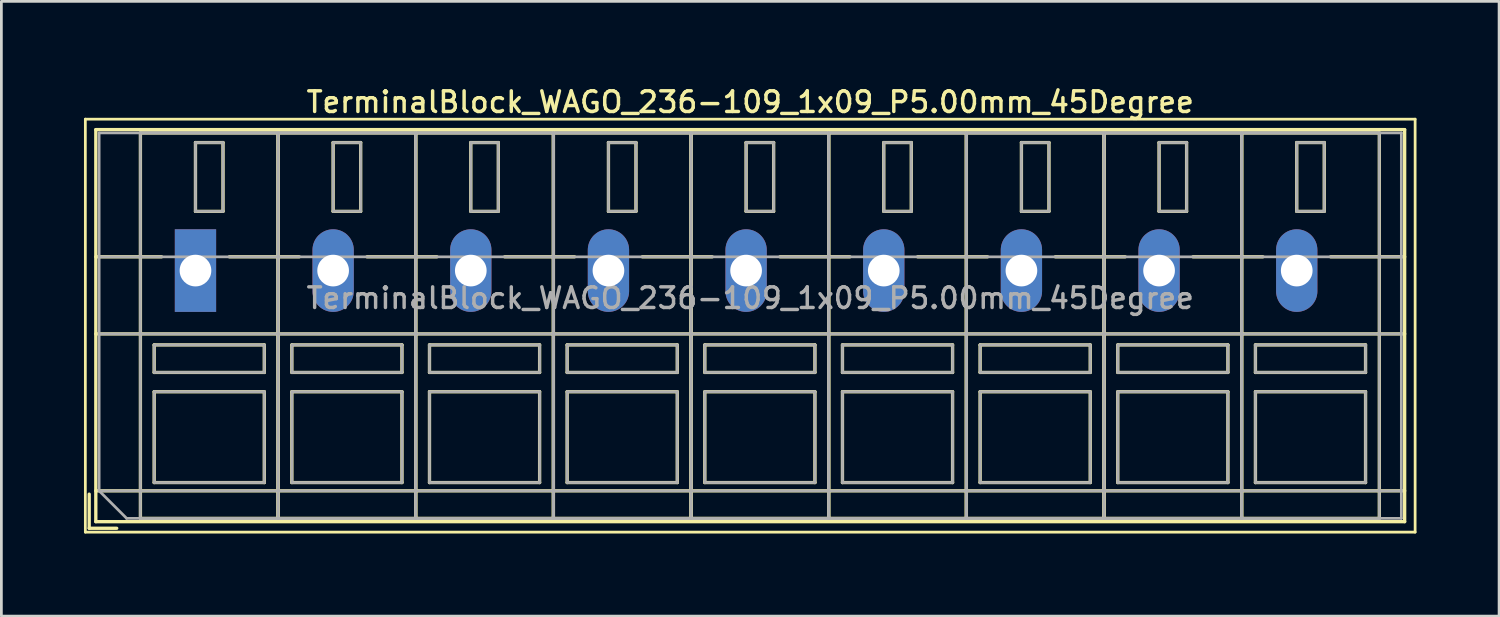
<source format=kicad_pcb>
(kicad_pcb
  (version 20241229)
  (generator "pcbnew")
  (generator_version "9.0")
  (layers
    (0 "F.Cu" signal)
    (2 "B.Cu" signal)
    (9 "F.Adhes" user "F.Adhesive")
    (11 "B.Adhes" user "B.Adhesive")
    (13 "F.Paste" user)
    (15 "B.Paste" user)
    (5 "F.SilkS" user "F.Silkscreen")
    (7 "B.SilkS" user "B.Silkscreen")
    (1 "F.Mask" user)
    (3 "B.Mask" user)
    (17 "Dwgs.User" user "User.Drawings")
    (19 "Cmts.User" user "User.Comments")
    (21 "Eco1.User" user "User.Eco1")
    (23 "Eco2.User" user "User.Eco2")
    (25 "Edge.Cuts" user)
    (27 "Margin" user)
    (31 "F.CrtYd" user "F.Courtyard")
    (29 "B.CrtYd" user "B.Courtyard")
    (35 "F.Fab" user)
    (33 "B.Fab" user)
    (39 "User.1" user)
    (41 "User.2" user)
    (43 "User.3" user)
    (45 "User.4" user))
  (footprint "TerminalBlock_WAGO_236-109_1x09_P5.00mm_45Degree"
    (layer "F.Cu")
    (at 4.05 6.778)
    (property "Reference" "TerminalBlock_WAGO_236-109_1x09_P5.00mm_45Degree" (at 20.15 -6.12 0) (layer "F.SilkS") (effects (font (size 0.75 0.75) (thickness 0.125))))
    (attr through_hole)
    (fp_line (start -4 -5.5) (end -4 9.5) (stroke (width 0.1) (type solid)) (layer "F.SilkS"))
    (fp_line (start -4 9.5) (end 44.3 9.5) (stroke (width 0.1) (type solid)) (layer "F.SilkS"))
    (fp_line (start -3.86 8.12) (end -3.86 9.36) (stroke (width 0.12) (type solid)) (layer "F.SilkS"))
    (fp_line (start -3.86 9.36) (end -2.86 9.36) (stroke (width 0.12) (type solid)) (layer "F.SilkS"))
    (fp_line (start -3.62 -5.12) (end -3.62 9.12) (stroke (width 0.12) (type solid)) (layer "F.SilkS"))
    (fp_line (start -3.62 -5.12) (end 43.92 -5.12) (stroke (width 0.12) (type solid)) (layer "F.SilkS"))
    (fp_line (start -3.62 -0.5) (end -1.23 -0.5) (stroke (width 0.12) (type solid)) (layer "F.SilkS"))
    (fp_line (start -3.62 2.3) (end 43.92 2.3) (stroke (width 0.12) (type solid)) (layer "F.SilkS"))
    (fp_line (start -3.62 8) (end 43.92 8) (stroke (width 0.12) (type solid)) (layer "F.SilkS"))
    (fp_line (start -3.62 9.12) (end 43.92 9.12) (stroke (width 0.12) (type solid)) (layer "F.SilkS"))
    (fp_line (start -2 -5) (end -2 9) (stroke (width 0.12) (type solid)) (layer "F.SilkS"))
    (fp_line (start -2 -5) (end 3 -5) (stroke (width 0.12) (type solid)) (layer "F.SilkS"))
    (fp_line (start -2 9) (end 3 9) (stroke (width 0.12) (type solid)) (layer "F.SilkS"))
    (fp_line (start -1.5 2.7) (end -1.5 3.7) (stroke (width 0.12) (type solid)) (layer "F.SilkS"))
    (fp_line (start -1.5 2.7) (end 2.5 2.7) (stroke (width 0.12) (type solid)) (layer "F.SilkS"))
    (fp_line (start -1.5 3.7) (end 2.5 3.7) (stroke (width 0.12) (type solid)) (layer "F.SilkS"))
    (fp_line (start -1.5 4.4) (end -1.5 7.7) (stroke (width 0.12) (type solid)) (layer "F.SilkS"))
    (fp_line (start -1.5 4.4) (end 2.5 4.4) (stroke (width 0.12) (type solid)) (layer "F.SilkS"))
    (fp_line (start -1.5 7.7) (end 2.5 7.7) (stroke (width 0.12) (type solid)) (layer "F.SilkS"))
    (fp_line (start 0 -4.65) (end 0 -2.151) (stroke (width 0.12) (type solid)) (layer "F.SilkS"))
    (fp_line (start 0 -4.65) (end 1 -4.65) (stroke (width 0.12) (type solid)) (layer "F.SilkS"))
    (fp_line (start 0 -2.151) (end 1 -2.151) (stroke (width 0.12) (type solid)) (layer "F.SilkS"))
    (fp_line (start 1 -4.65) (end 1 -2.151) (stroke (width 0.12) (type solid)) (layer "F.SilkS"))
    (fp_line (start 1.23 -0.5) (end 3.77 -0.5) (stroke (width 0.12) (type solid)) (layer "F.SilkS"))
    (fp_line (start 2.5 2.7) (end 2.5 3.7) (stroke (width 0.12) (type solid)) (layer "F.SilkS"))
    (fp_line (start 2.5 4.4) (end 2.5 7.7) (stroke (width 0.12) (type solid)) (layer "F.SilkS"))
    (fp_line (start 3 -5) (end 3 9) (stroke (width 0.12) (type solid)) (layer "F.SilkS"))
    (fp_line (start 3 -5) (end 3 9) (stroke (width 0.12) (type solid)) (layer "F.SilkS"))
    (fp_line (start 3 -5) (end 8 -5) (stroke (width 0.12) (type solid)) (layer "F.SilkS"))
    (fp_line (start 3 9) (end 8 9) (stroke (width 0.12) (type solid)) (layer "F.SilkS"))
    (fp_line (start 3.5 2.7) (end 3.5 3.7) (stroke (width 0.12) (type solid)) (layer "F.SilkS"))
    (fp_line (start 3.5 2.7) (end 7.5 2.7) (stroke (width 0.12) (type solid)) (layer "F.SilkS"))
    (fp_line (start 3.5 3.7) (end 7.5 3.7) (stroke (width 0.12) (type solid)) (layer "F.SilkS"))
    (fp_line (start 3.5 4.4) (end 3.5 7.7) (stroke (width 0.12) (type solid)) (layer "F.SilkS"))
    (fp_line (start 3.5 4.4) (end 7.5 4.4) (stroke (width 0.12) (type solid)) (layer "F.SilkS"))
    (fp_line (start 3.5 7.7) (end 7.5 7.7) (stroke (width 0.12) (type solid)) (layer "F.SilkS"))
    (fp_line (start 5 -4.65) (end 5 -2.151) (stroke (width 0.12) (type solid)) (layer "F.SilkS"))
    (fp_line (start 5 -4.65) (end 6 -4.65) (stroke (width 0.12) (type solid)) (layer "F.SilkS"))
    (fp_line (start 5 -2.151) (end 6 -2.151) (stroke (width 0.12) (type solid)) (layer "F.SilkS"))
    (fp_line (start 6 -4.65) (end 6 -2.151) (stroke (width 0.12) (type solid)) (layer "F.SilkS"))
    (fp_line (start 6.23 -0.5) (end 8.77 -0.5) (stroke (width 0.12) (type solid)) (layer "F.SilkS"))
    (fp_line (start 7.5 2.7) (end 7.5 3.7) (stroke (width 0.12) (type solid)) (layer "F.SilkS"))
    (fp_line (start 7.5 4.4) (end 7.5 7.7) (stroke (width 0.12) (type solid)) (layer "F.SilkS"))
    (fp_line (start 8 -5) (end 8 9) (stroke (width 0.12) (type solid)) (layer "F.SilkS"))
    (fp_line (start 8 -5) (end 8 9) (stroke (width 0.12) (type solid)) (layer "F.SilkS"))
    (fp_line (start 8 -5) (end 13 -5) (stroke (width 0.12) (type solid)) (layer "F.SilkS"))
    (fp_line (start 8 9) (end 13 9) (stroke (width 0.12) (type solid)) (layer "F.SilkS"))
    (fp_line (start 8.5 2.7) (end 8.5 3.7) (stroke (width 0.12) (type solid)) (layer "F.SilkS"))
    (fp_line (start 8.5 2.7) (end 12.5 2.7) (stroke (width 0.12) (type solid)) (layer "F.SilkS"))
    (fp_line (start 8.5 3.7) (end 12.5 3.7) (stroke (width 0.12) (type solid)) (layer "F.SilkS"))
    (fp_line (start 8.5 4.4) (end 8.5 7.7) (stroke (width 0.12) (type solid)) (layer "F.SilkS"))
    (fp_line (start 8.5 4.4) (end 12.5 4.4) (stroke (width 0.12) (type solid)) (layer "F.SilkS"))
    (fp_line (start 8.5 7.7) (end 12.5 7.7) (stroke (width 0.12) (type solid)) (layer "F.SilkS"))
    (fp_line (start 10 -4.65) (end 10 -2.151) (stroke (width 0.12) (type solid)) (layer "F.SilkS"))
    (fp_line (start 10 -4.65) (end 11 -4.65) (stroke (width 0.12) (type solid)) (layer "F.SilkS"))
    (fp_line (start 10 -2.151) (end 11 -2.151) (stroke (width 0.12) (type solid)) (layer "F.SilkS"))
    (fp_line (start 11 -4.65) (end 11 -2.151) (stroke (width 0.12) (type solid)) (layer "F.SilkS"))
    (fp_line (start 11.23 -0.5) (end 13.77 -0.5) (stroke (width 0.12) (type solid)) (layer "F.SilkS"))
    (fp_line (start 12.5 2.7) (end 12.5 3.7) (stroke (width 0.12) (type solid)) (layer "F.SilkS"))
    (fp_line (start 12.5 4.4) (end 12.5 7.7) (stroke (width 0.12) (type solid)) (layer "F.SilkS"))
    (fp_line (start 13 -5) (end 13 9) (stroke (width 0.12) (type solid)) (layer "F.SilkS"))
    (fp_line (start 13 -5) (end 13 9) (stroke (width 0.12) (type solid)) (layer "F.SilkS"))
    (fp_line (start 13 -5) (end 18 -5) (stroke (width 0.12) (type solid)) (layer "F.SilkS"))
    (fp_line (start 13 9) (end 18 9) (stroke (width 0.12) (type solid)) (layer "F.SilkS"))
    (fp_line (start 13.5 2.7) (end 13.5 3.7) (stroke (width 0.12) (type solid)) (layer "F.SilkS"))
    (fp_line (start 13.5 2.7) (end 17.5 2.7) (stroke (width 0.12) (type solid)) (layer "F.SilkS"))
    (fp_line (start 13.5 3.7) (end 17.5 3.7) (stroke (width 0.12) (type solid)) (layer "F.SilkS"))
    (fp_line (start 13.5 4.4) (end 13.5 7.7) (stroke (width 0.12) (type solid)) (layer "F.SilkS"))
    (fp_line (start 13.5 4.4) (end 17.5 4.4) (stroke (width 0.12) (type solid)) (layer "F.SilkS"))
    (fp_line (start 13.5 7.7) (end 17.5 7.7) (stroke (width 0.12) (type solid)) (layer "F.SilkS"))
    (fp_line (start 15 -4.65) (end 15 -2.151) (stroke (width 0.12) (type solid)) (layer "F.SilkS"))
    (fp_line (start 15 -4.65) (end 16 -4.65) (stroke (width 0.12) (type solid)) (layer "F.SilkS"))
    (fp_line (start 15 -2.151) (end 16 -2.151) (stroke (width 0.12) (type solid)) (layer "F.SilkS"))
    (fp_line (start 16 -4.65) (end 16 -2.151) (stroke (width 0.12) (type solid)) (layer "F.SilkS"))
    (fp_line (start 16.23 -0.5) (end 18.77 -0.5) (stroke (width 0.12) (type solid)) (layer "F.SilkS"))
    (fp_line (start 17.5 2.7) (end 17.5 3.7) (stroke (width 0.12) (type solid)) (layer "F.SilkS"))
    (fp_line (start 17.5 4.4) (end 17.5 7.7) (stroke (width 0.12) (type solid)) (layer "F.SilkS"))
    (fp_line (start 18 -5) (end 18 9) (stroke (width 0.12) (type solid)) (layer "F.SilkS"))
    (fp_line (start 18 -5) (end 18 9) (stroke (width 0.12) (type solid)) (layer "F.SilkS"))
    (fp_line (start 18 -5) (end 23 -5) (stroke (width 0.12) (type solid)) (layer "F.SilkS"))
    (fp_line (start 18 9) (end 23 9) (stroke (width 0.12) (type solid)) (layer "F.SilkS"))
    (fp_line (start 18.5 2.7) (end 18.5 3.7) (stroke (width 0.12) (type solid)) (layer "F.SilkS"))
    (fp_line (start 18.5 2.7) (end 22.5 2.7) (stroke (width 0.12) (type solid)) (layer "F.SilkS"))
    (fp_line (start 18.5 3.7) (end 22.5 3.7) (stroke (width 0.12) (type solid)) (layer "F.SilkS"))
    (fp_line (start 18.5 4.4) (end 18.5 7.7) (stroke (width 0.12) (type solid)) (layer "F.SilkS"))
    (fp_line (start 18.5 4.4) (end 22.5 4.4) (stroke (width 0.12) (type solid)) (layer "F.SilkS"))
    (fp_line (start 18.5 7.7) (end 22.5 7.7) (stroke (width 0.12) (type solid)) (layer "F.SilkS"))
    (fp_line (start 20 -4.65) (end 20 -2.151) (stroke (width 0.12) (type solid)) (layer "F.SilkS"))
    (fp_line (start 20 -4.65) (end 21 -4.65) (stroke (width 0.12) (type solid)) (layer "F.SilkS"))
    (fp_line (start 20 -2.151) (end 21 -2.151) (stroke (width 0.12) (type solid)) (layer "F.SilkS"))
    (fp_line (start 21 -4.65) (end 21 -2.151) (stroke (width 0.12) (type solid)) (layer "F.SilkS"))
    (fp_line (start 21.23 -0.5) (end 23.77 -0.5) (stroke (width 0.12) (type solid)) (layer "F.SilkS"))
    (fp_line (start 22.5 2.7) (end 22.5 3.7) (stroke (width 0.12) (type solid)) (layer "F.SilkS"))
    (fp_line (start 22.5 4.4) (end 22.5 7.7) (stroke (width 0.12) (type solid)) (layer "F.SilkS"))
    (fp_line (start 23 -5) (end 23 9) (stroke (width 0.12) (type solid)) (layer "F.SilkS"))
    (fp_line (start 23 -5) (end 23 9) (stroke (width 0.12) (type solid)) (layer "F.SilkS"))
    (fp_line (start 23 -5) (end 28 -5) (stroke (width 0.12) (type solid)) (layer "F.SilkS"))
    (fp_line (start 23 9) (end 28 9) (stroke (width 0.12) (type solid)) (layer "F.SilkS"))
    (fp_line (start 23.5 2.7) (end 23.5 3.7) (stroke (width 0.12) (type solid)) (layer "F.SilkS"))
    (fp_line (start 23.5 2.7) (end 27.5 2.7) (stroke (width 0.12) (type solid)) (layer "F.SilkS"))
    (fp_line (start 23.5 3.7) (end 27.5 3.7) (stroke (width 0.12) (type solid)) (layer "F.SilkS"))
    (fp_line (start 23.5 4.4) (end 23.5 7.7) (stroke (width 0.12) (type solid)) (layer "F.SilkS"))
    (fp_line (start 23.5 4.4) (end 27.5 4.4) (stroke (width 0.12) (type solid)) (layer "F.SilkS"))
    (fp_line (start 23.5 7.7) (end 27.5 7.7) (stroke (width 0.12) (type solid)) (layer "F.SilkS"))
    (fp_line (start 25 -4.65) (end 25 -2.151) (stroke (width 0.12) (type solid)) (layer "F.SilkS"))
    (fp_line (start 25 -4.65) (end 26 -4.65) (stroke (width 0.12) (type solid)) (layer "F.SilkS"))
    (fp_line (start 25 -2.151) (end 26 -2.151) (stroke (width 0.12) (type solid)) (layer "F.SilkS"))
    (fp_line (start 26 -4.65) (end 26 -2.151) (stroke (width 0.12) (type solid)) (layer "F.SilkS"))
    (fp_line (start 26.23 -0.5) (end 28.77 -0.5) (stroke (width 0.12) (type solid)) (layer "F.SilkS"))
    (fp_line (start 27.5 2.7) (end 27.5 3.7) (stroke (width 0.12) (type solid)) (layer "F.SilkS"))
    (fp_line (start 27.5 4.4) (end 27.5 7.7) (stroke (width 0.12) (type solid)) (layer "F.SilkS"))
    (fp_line (start 28 -5) (end 28 9) (stroke (width 0.12) (type solid)) (layer "F.SilkS"))
    (fp_line (start 28 -5) (end 28 9) (stroke (width 0.12) (type solid)) (layer "F.SilkS"))
    (fp_line (start 28 -5) (end 33 -5) (stroke (width 0.12) (type solid)) (layer "F.SilkS"))
    (fp_line (start 28 9) (end 33 9) (stroke (width 0.12) (type solid)) (layer "F.SilkS"))
    (fp_line (start 28.5 2.7) (end 28.5 3.7) (stroke (width 0.12) (type solid)) (layer "F.SilkS"))
    (fp_line (start 28.5 2.7) (end 32.5 2.7) (stroke (width 0.12) (type solid)) (layer "F.SilkS"))
    (fp_line (start 28.5 3.7) (end 32.5 3.7) (stroke (width 0.12) (type solid)) (layer "F.SilkS"))
    (fp_line (start 28.5 4.4) (end 28.5 7.7) (stroke (width 0.12) (type solid)) (layer "F.SilkS"))
    (fp_line (start 28.5 4.4) (end 32.5 4.4) (stroke (width 0.12) (type solid)) (layer "F.SilkS"))
    (fp_line (start 28.5 7.7) (end 32.5 7.7) (stroke (width 0.12) (type solid)) (layer "F.SilkS"))
    (fp_line (start 30 -4.65) (end 30 -2.151) (stroke (width 0.12) (type solid)) (layer "F.SilkS"))
    (fp_line (start 30 -4.65) (end 31 -4.65) (stroke (width 0.12) (type solid)) (layer "F.SilkS"))
    (fp_line (start 30 -2.151) (end 31 -2.151) (stroke (width 0.12) (type solid)) (layer "F.SilkS"))
    (fp_line (start 31 -4.65) (end 31 -2.151) (stroke (width 0.12) (type solid)) (layer "F.SilkS"))
    (fp_line (start 31.23 -0.5) (end 33.77 -0.5) (stroke (width 0.12) (type solid)) (layer "F.SilkS"))
    (fp_line (start 32.5 2.7) (end 32.5 3.7) (stroke (width 0.12) (type solid)) (layer "F.SilkS"))
    (fp_line (start 32.5 4.4) (end 32.5 7.7) (stroke (width 0.12) (type solid)) (layer "F.SilkS"))
    (fp_line (start 33 -5) (end 33 9) (stroke (width 0.12) (type solid)) (layer "F.SilkS"))
    (fp_line (start 33 -5) (end 33 9) (stroke (width 0.12) (type solid)) (layer "F.SilkS"))
    (fp_line (start 33 -5) (end 38 -5) (stroke (width 0.12) (type solid)) (layer "F.SilkS"))
    (fp_line (start 33 9) (end 38 9) (stroke (width 0.12) (type solid)) (layer "F.SilkS"))
    (fp_line (start 33.5 2.7) (end 33.5 3.7) (stroke (width 0.12) (type solid)) (layer "F.SilkS"))
    (fp_line (start 33.5 2.7) (end 37.5 2.7) (stroke (width 0.12) (type solid)) (layer "F.SilkS"))
    (fp_line (start 33.5 3.7) (end 37.5 3.7) (stroke (width 0.12) (type solid)) (layer "F.SilkS"))
    (fp_line (start 33.5 4.4) (end 33.5 7.7) (stroke (width 0.12) (type solid)) (layer "F.SilkS"))
    (fp_line (start 33.5 4.4) (end 37.5 4.4) (stroke (width 0.12) (type solid)) (layer "F.SilkS"))
    (fp_line (start 33.5 7.7) (end 37.5 7.7) (stroke (width 0.12) (type solid)) (layer "F.SilkS"))
    (fp_line (start 35 -4.65) (end 35 -2.151) (stroke (width 0.12) (type solid)) (layer "F.SilkS"))
    (fp_line (start 35 -4.65) (end 36 -4.65) (stroke (width 0.12) (type solid)) (layer "F.SilkS"))
    (fp_line (start 35 -2.151) (end 36 -2.151) (stroke (width 0.12) (type solid)) (layer "F.SilkS"))
    (fp_line (start 36 -4.65) (end 36 -2.151) (stroke (width 0.12) (type solid)) (layer "F.SilkS"))
    (fp_line (start 36.23 -0.5) (end 38.77 -0.5) (stroke (width 0.12) (type solid)) (layer "F.SilkS"))
    (fp_line (start 37.5 2.7) (end 37.5 3.7) (stroke (width 0.12) (type solid)) (layer "F.SilkS"))
    (fp_line (start 37.5 4.4) (end 37.5 7.7) (stroke (width 0.12) (type solid)) (layer "F.SilkS"))
    (fp_line (start 38 -5) (end 38 9) (stroke (width 0.12) (type solid)) (layer "F.SilkS"))
    (fp_line (start 38 -5) (end 38 9) (stroke (width 0.12) (type solid)) (layer "F.SilkS"))
    (fp_line (start 38 -5) (end 43 -5) (stroke (width 0.12) (type solid)) (layer "F.SilkS"))
    (fp_line (start 38 9) (end 43 9) (stroke (width 0.12) (type solid)) (layer "F.SilkS"))
    (fp_line (start 38.5 2.7) (end 38.5 3.7) (stroke (width 0.12) (type solid)) (layer "F.SilkS"))
    (fp_line (start 38.5 2.7) (end 42.5 2.7) (stroke (width 0.12) (type solid)) (layer "F.SilkS"))
    (fp_line (start 38.5 3.7) (end 42.5 3.7) (stroke (width 0.12) (type solid)) (layer "F.SilkS"))
    (fp_line (start 38.5 4.4) (end 38.5 7.7) (stroke (width 0.12) (type solid)) (layer "F.SilkS"))
    (fp_line (start 38.5 4.4) (end 42.5 4.4) (stroke (width 0.12) (type solid)) (layer "F.SilkS"))
    (fp_line (start 38.5 7.7) (end 42.5 7.7) (stroke (width 0.12) (type solid)) (layer "F.SilkS"))
    (fp_line (start 40 -4.65) (end 40 -2.151) (stroke (width 0.12) (type solid)) (layer "F.SilkS"))
    (fp_line (start 40 -4.65) (end 41 -4.65) (stroke (width 0.12) (type solid)) (layer "F.SilkS"))
    (fp_line (start 40 -2.151) (end 41 -2.151) (stroke (width 0.12) (type solid)) (layer "F.SilkS"))
    (fp_line (start 41 -4.65) (end 41 -2.151) (stroke (width 0.12) (type solid)) (layer "F.SilkS"))
    (fp_line (start 41.23 -0.5) (end 43.92 -0.5) (stroke (width 0.12) (type solid)) (layer "F.SilkS"))
    (fp_line (start 42.5 2.7) (end 42.5 3.7) (stroke (width 0.12) (type solid)) (layer "F.SilkS"))
    (fp_line (start 42.5 4.4) (end 42.5 7.7) (stroke (width 0.12) (type solid)) (layer "F.SilkS"))
    (fp_line (start 43 -5) (end 43 9) (stroke (width 0.12) (type solid)) (layer "F.SilkS"))
    (fp_line (start 43.92 -5.12) (end 43.92 9.12) (stroke (width 0.12) (type solid)) (layer "F.SilkS"))
    (fp_line (start 44.3 -5.5) (end -4 -5.5) (stroke (width 0.1) (type solid)) (layer "F.SilkS"))
    (fp_line (start 44.3 9.5) (end 44.3 -5.5) (stroke (width 0.1) (type solid)) (layer "F.SilkS"))
    (fp_line (start -3.5 -5) (end 43.8 -5) (stroke (width 0.1) (type solid)) (layer "F.Fab"))
    (fp_line (start -3.5 -0.5) (end 43.8 -0.5) (stroke (width 0.1) (type solid)) (layer "F.Fab"))
    (fp_line (start -3.5 2.3) (end 43.8 2.3) (stroke (width 0.1) (type solid)) (layer "F.Fab"))
    (fp_line (start -3.5 8) (end -3.5 -5) (stroke (width 0.1) (type solid)) (layer "F.Fab"))
    (fp_line (start -3.5 8) (end 43.8 8) (stroke (width 0.1) (type solid)) (layer "F.Fab"))
    (fp_line (start -2.5 9) (end -3.5 8) (stroke (width 0.1) (type solid)) (layer "F.Fab"))
    (fp_line (start -2 -5) (end -2 9) (stroke (width 0.1) (type solid)) (layer "F.Fab"))
    (fp_line (start -2 9) (end 3 9) (stroke (width 0.1) (type solid)) (layer "F.Fab"))
    (fp_line (start -1.5 2.7) (end -1.5 3.7) (stroke (width 0.1) (type solid)) (layer "F.Fab"))
    (fp_line (start -1.5 3.7) (end 2.5 3.7) (stroke (width 0.1) (type solid)) (layer "F.Fab"))
    (fp_line (start -1.5 4.4) (end -1.5 7.7) (stroke (width 0.1) (type solid)) (layer "F.Fab"))
    (fp_line (start -1.5 7.7) (end 2.5 7.7) (stroke (width 0.1) (type solid)) (layer "F.Fab"))
    (fp_line (start 0 -4.65) (end 0 -2.15) (stroke (width 0.1) (type solid)) (layer "F.Fab"))
    (fp_line (start 0 -2.15) (end 1 -2.15) (stroke (width 0.1) (type solid)) (layer "F.Fab"))
    (fp_line (start 1 -4.65) (end 0 -4.65) (stroke (width 0.1) (type solid)) (layer "F.Fab"))
    (fp_line (start 1 -2.15) (end 1 -4.65) (stroke (width 0.1) (type solid)) (layer "F.Fab"))
    (fp_line (start 2.5 2.7) (end -1.5 2.7) (stroke (width 0.1) (type solid)) (layer "F.Fab"))
    (fp_line (start 2.5 3.7) (end 2.5 2.7) (stroke (width 0.1) (type solid)) (layer "F.Fab"))
    (fp_line (start 2.5 4.4) (end -1.5 4.4) (stroke (width 0.1) (type solid)) (layer "F.Fab"))
    (fp_line (start 2.5 7.7) (end 2.5 4.4) (stroke (width 0.1) (type solid)) (layer "F.Fab"))
    (fp_line (start 3 -5) (end -2 -5) (stroke (width 0.1) (type solid)) (layer "F.Fab"))
    (fp_line (start 3 -5) (end 3 9) (stroke (width 0.1) (type solid)) (layer "F.Fab"))
    (fp_line (start 3 9) (end 3 -5) (stroke (width 0.1) (type solid)) (layer "F.Fab"))
    (fp_line (start 3 9) (end 8 9) (stroke (width 0.1) (type solid)) (layer "F.Fab"))
    (fp_line (start 3.5 2.7) (end 3.5 3.7) (stroke (width 0.1) (type solid)) (layer "F.Fab"))
    (fp_line (start 3.5 3.7) (end 7.5 3.7) (stroke (width 0.1) (type solid)) (layer "F.Fab"))
    (fp_line (start 3.5 4.4) (end 3.5 7.7) (stroke (width 0.1) (type solid)) (layer "F.Fab"))
    (fp_line (start 3.5 7.7) (end 7.5 7.7) (stroke (width 0.1) (type solid)) (layer "F.Fab"))
    (fp_line (start 5 -4.65) (end 5 -2.15) (stroke (width 0.1) (type solid)) (layer "F.Fab"))
    (fp_line (start 5 -2.15) (end 6 -2.15) (stroke (width 0.1) (type solid)) (layer "F.Fab"))
    (fp_line (start 6 -4.65) (end 5 -4.65) (stroke (width 0.1) (type solid)) (layer "F.Fab"))
    (fp_line (start 6 -2.15) (end 6 -4.65) (stroke (width 0.1) (type solid)) (layer "F.Fab"))
    (fp_line (start 7.5 2.7) (end 3.5 2.7) (stroke (width 0.1) (type solid)) (layer "F.Fab"))
    (fp_line (start 7.5 3.7) (end 7.5 2.7) (stroke (width 0.1) (type solid)) (layer "F.Fab"))
    (fp_line (start 7.5 4.4) (end 3.5 4.4) (stroke (width 0.1) (type solid)) (layer "F.Fab"))
    (fp_line (start 7.5 7.7) (end 7.5 4.4) (stroke (width 0.1) (type solid)) (layer "F.Fab"))
    (fp_line (start 8 -5) (end 3 -5) (stroke (width 0.1) (type solid)) (layer "F.Fab"))
    (fp_line (start 8 -5) (end 8 9) (stroke (width 0.1) (type solid)) (layer "F.Fab"))
    (fp_line (start 8 9) (end 8 -5) (stroke (width 0.1) (type solid)) (layer "F.Fab"))
    (fp_line (start 8 9) (end 13 9) (stroke (width 0.1) (type solid)) (layer "F.Fab"))
    (fp_line (start 8.5 2.7) (end 8.5 3.7) (stroke (width 0.1) (type solid)) (layer "F.Fab"))
    (fp_line (start 8.5 3.7) (end 12.5 3.7) (stroke (width 0.1) (type solid)) (layer "F.Fab"))
    (fp_line (start 8.5 4.4) (end 8.5 7.7) (stroke (width 0.1) (type solid)) (layer "F.Fab"))
    (fp_line (start 8.5 7.7) (end 12.5 7.7) (stroke (width 0.1) (type solid)) (layer "F.Fab"))
    (fp_line (start 10 -4.65) (end 10 -2.15) (stroke (width 0.1) (type solid)) (layer "F.Fab"))
    (fp_line (start 10 -2.15) (end 11 -2.15) (stroke (width 0.1) (type solid)) (layer "F.Fab"))
    (fp_line (start 11 -4.65) (end 10 -4.65) (stroke (width 0.1) (type solid)) (layer "F.Fab"))
    (fp_line (start 11 -2.15) (end 11 -4.65) (stroke (width 0.1) (type solid)) (layer "F.Fab"))
    (fp_line (start 12.5 2.7) (end 8.5 2.7) (stroke (width 0.1) (type solid)) (layer "F.Fab"))
    (fp_line (start 12.5 3.7) (end 12.5 2.7) (stroke (width 0.1) (type solid)) (layer "F.Fab"))
    (fp_line (start 12.5 4.4) (end 8.5 4.4) (stroke (width 0.1) (type solid)) (layer "F.Fab"))
    (fp_line (start 12.5 7.7) (end 12.5 4.4) (stroke (width 0.1) (type solid)) (layer "F.Fab"))
    (fp_line (start 13 -5) (end 8 -5) (stroke (width 0.1) (type solid)) (layer "F.Fab"))
    (fp_line (start 13 -5) (end 13 9) (stroke (width 0.1) (type solid)) (layer "F.Fab"))
    (fp_line (start 13 9) (end 13 -5) (stroke (width 0.1) (type solid)) (layer "F.Fab"))
    (fp_line (start 13 9) (end 18 9) (stroke (width 0.1) (type solid)) (layer "F.Fab"))
    (fp_line (start 13.5 2.7) (end 13.5 3.7) (stroke (width 0.1) (type solid)) (layer "F.Fab"))
    (fp_line (start 13.5 3.7) (end 17.5 3.7) (stroke (width 0.1) (type solid)) (layer "F.Fab"))
    (fp_line (start 13.5 4.4) (end 13.5 7.7) (stroke (width 0.1) (type solid)) (layer "F.Fab"))
    (fp_line (start 13.5 7.7) (end 17.5 7.7) (stroke (width 0.1) (type solid)) (layer "F.Fab"))
    (fp_line (start 15 -4.65) (end 15 -2.15) (stroke (width 0.1) (type solid)) (layer "F.Fab"))
    (fp_line (start 15 -2.15) (end 16 -2.15) (stroke (width 0.1) (type solid)) (layer "F.Fab"))
    (fp_line (start 16 -4.65) (end 15 -4.65) (stroke (width 0.1) (type solid)) (layer "F.Fab"))
    (fp_line (start 16 -2.15) (end 16 -4.65) (stroke (width 0.1) (type solid)) (layer "F.Fab"))
    (fp_line (start 17.5 2.7) (end 13.5 2.7) (stroke (width 0.1) (type solid)) (layer "F.Fab"))
    (fp_line (start 17.5 3.7) (end 17.5 2.7) (stroke (width 0.1) (type solid)) (layer "F.Fab"))
    (fp_line (start 17.5 4.4) (end 13.5 4.4) (stroke (width 0.1) (type solid)) (layer "F.Fab"))
    (fp_line (start 17.5 7.7) (end 17.5 4.4) (stroke (width 0.1) (type solid)) (layer "F.Fab"))
    (fp_line (start 18 -5) (end 13 -5) (stroke (width 0.1) (type solid)) (layer "F.Fab"))
    (fp_line (start 18 -5) (end 18 9) (stroke (width 0.1) (type solid)) (layer "F.Fab"))
    (fp_line (start 18 9) (end 18 -5) (stroke (width 0.1) (type solid)) (layer "F.Fab"))
    (fp_line (start 18 9) (end 23 9) (stroke (width 0.1) (type solid)) (layer "F.Fab"))
    (fp_line (start 18.5 2.7) (end 18.5 3.7) (stroke (width 0.1) (type solid)) (layer "F.Fab"))
    (fp_line (start 18.5 3.7) (end 22.5 3.7) (stroke (width 0.1) (type solid)) (layer "F.Fab"))
    (fp_line (start 18.5 4.4) (end 18.5 7.7) (stroke (width 0.1) (type solid)) (layer "F.Fab"))
    (fp_line (start 18.5 7.7) (end 22.5 7.7) (stroke (width 0.1) (type solid)) (layer "F.Fab"))
    (fp_line (start 20 -4.65) (end 20 -2.15) (stroke (width 0.1) (type solid)) (layer "F.Fab"))
    (fp_line (start 20 -2.15) (end 21 -2.15) (stroke (width 0.1) (type solid)) (layer "F.Fab"))
    (fp_line (start 21 -4.65) (end 20 -4.65) (stroke (width 0.1) (type solid)) (layer "F.Fab"))
    (fp_line (start 21 -2.15) (end 21 -4.65) (stroke (width 0.1) (type solid)) (layer "F.Fab"))
    (fp_line (start 22.5 2.7) (end 18.5 2.7) (stroke (width 0.1) (type solid)) (layer "F.Fab"))
    (fp_line (start 22.5 3.7) (end 22.5 2.7) (stroke (width 0.1) (type solid)) (layer "F.Fab"))
    (fp_line (start 22.5 4.4) (end 18.5 4.4) (stroke (width 0.1) (type solid)) (layer "F.Fab"))
    (fp_line (start 22.5 7.7) (end 22.5 4.4) (stroke (width 0.1) (type solid)) (layer "F.Fab"))
    (fp_line (start 23 -5) (end 18 -5) (stroke (width 0.1) (type solid)) (layer "F.Fab"))
    (fp_line (start 23 -5) (end 23 9) (stroke (width 0.1) (type solid)) (layer "F.Fab"))
    (fp_line (start 23 9) (end 23 -5) (stroke (width 0.1) (type solid)) (layer "F.Fab"))
    (fp_line (start 23 9) (end 28 9) (stroke (width 0.1) (type solid)) (layer "F.Fab"))
    (fp_line (start 23.5 2.7) (end 23.5 3.7) (stroke (width 0.1) (type solid)) (layer "F.Fab"))
    (fp_line (start 23.5 3.7) (end 27.5 3.7) (stroke (width 0.1) (type solid)) (layer "F.Fab"))
    (fp_line (start 23.5 4.4) (end 23.5 7.7) (stroke (width 0.1) (type solid)) (layer "F.Fab"))
    (fp_line (start 23.5 7.7) (end 27.5 7.7) (stroke (width 0.1) (type solid)) (layer "F.Fab"))
    (fp_line (start 25 -4.65) (end 25 -2.15) (stroke (width 0.1) (type solid)) (layer "F.Fab"))
    (fp_line (start 25 -2.15) (end 26 -2.15) (stroke (width 0.1) (type solid)) (layer "F.Fab"))
    (fp_line (start 26 -4.65) (end 25 -4.65) (stroke (width 0.1) (type solid)) (layer "F.Fab"))
    (fp_line (start 26 -2.15) (end 26 -4.65) (stroke (width 0.1) (type solid)) (layer "F.Fab"))
    (fp_line (start 27.5 2.7) (end 23.5 2.7) (stroke (width 0.1) (type solid)) (layer "F.Fab"))
    (fp_line (start 27.5 3.7) (end 27.5 2.7) (stroke (width 0.1) (type solid)) (layer "F.Fab"))
    (fp_line (start 27.5 4.4) (end 23.5 4.4) (stroke (width 0.1) (type solid)) (layer "F.Fab"))
    (fp_line (start 27.5 7.7) (end 27.5 4.4) (stroke (width 0.1) (type solid)) (layer "F.Fab"))
    (fp_line (start 28 -5) (end 23 -5) (stroke (width 0.1) (type solid)) (layer "F.Fab"))
    (fp_line (start 28 -5) (end 28 9) (stroke (width 0.1) (type solid)) (layer "F.Fab"))
    (fp_line (start 28 9) (end 28 -5) (stroke (width 0.1) (type solid)) (layer "F.Fab"))
    (fp_line (start 28 9) (end 33 9) (stroke (width 0.1) (type solid)) (layer "F.Fab"))
    (fp_line (start 28.5 2.7) (end 28.5 3.7) (stroke (width 0.1) (type solid)) (layer "F.Fab"))
    (fp_line (start 28.5 3.7) (end 32.5 3.7) (stroke (width 0.1) (type solid)) (layer "F.Fab"))
    (fp_line (start 28.5 4.4) (end 28.5 7.7) (stroke (width 0.1) (type solid)) (layer "F.Fab"))
    (fp_line (start 28.5 7.7) (end 32.5 7.7) (stroke (width 0.1) (type solid)) (layer "F.Fab"))
    (fp_line (start 30 -4.65) (end 30 -2.15) (stroke (width 0.1) (type solid)) (layer "F.Fab"))
    (fp_line (start 30 -2.15) (end 31 -2.15) (stroke (width 0.1) (type solid)) (layer "F.Fab"))
    (fp_line (start 31 -4.65) (end 30 -4.65) (stroke (width 0.1) (type solid)) (layer "F.Fab"))
    (fp_line (start 31 -2.15) (end 31 -4.65) (stroke (width 0.1) (type solid)) (layer "F.Fab"))
    (fp_line (start 32.5 2.7) (end 28.5 2.7) (stroke (width 0.1) (type solid)) (layer "F.Fab"))
    (fp_line (start 32.5 3.7) (end 32.5 2.7) (stroke (width 0.1) (type solid)) (layer "F.Fab"))
    (fp_line (start 32.5 4.4) (end 28.5 4.4) (stroke (width 0.1) (type solid)) (layer "F.Fab"))
    (fp_line (start 32.5 7.7) (end 32.5 4.4) (stroke (width 0.1) (type solid)) (layer "F.Fab"))
    (fp_line (start 33 -5) (end 28 -5) (stroke (width 0.1) (type solid)) (layer "F.Fab"))
    (fp_line (start 33 -5) (end 33 9) (stroke (width 0.1) (type solid)) (layer "F.Fab"))
    (fp_line (start 33 9) (end 33 -5) (stroke (width 0.1) (type solid)) (layer "F.Fab"))
    (fp_line (start 33 9) (end 38 9) (stroke (width 0.1) (type solid)) (layer "F.Fab"))
    (fp_line (start 33.5 2.7) (end 33.5 3.7) (stroke (width 0.1) (type solid)) (layer "F.Fab"))
    (fp_line (start 33.5 3.7) (end 37.5 3.7) (stroke (width 0.1) (type solid)) (layer "F.Fab"))
    (fp_line (start 33.5 4.4) (end 33.5 7.7) (stroke (width 0.1) (type solid)) (layer "F.Fab"))
    (fp_line (start 33.5 7.7) (end 37.5 7.7) (stroke (width 0.1) (type solid)) (layer "F.Fab"))
    (fp_line (start 35 -4.65) (end 35 -2.15) (stroke (width 0.1) (type solid)) (layer "F.Fab"))
    (fp_line (start 35 -2.15) (end 36 -2.15) (stroke (width 0.1) (type solid)) (layer "F.Fab"))
    (fp_line (start 36 -4.65) (end 35 -4.65) (stroke (width 0.1) (type solid)) (layer "F.Fab"))
    (fp_line (start 36 -2.15) (end 36 -4.65) (stroke (width 0.1) (type solid)) (layer "F.Fab"))
    (fp_line (start 37.5 2.7) (end 33.5 2.7) (stroke (width 0.1) (type solid)) (layer "F.Fab"))
    (fp_line (start 37.5 3.7) (end 37.5 2.7) (stroke (width 0.1) (type solid)) (layer "F.Fab"))
    (fp_line (start 37.5 4.4) (end 33.5 4.4) (stroke (width 0.1) (type solid)) (layer "F.Fab"))
    (fp_line (start 37.5 7.7) (end 37.5 4.4) (stroke (width 0.1) (type solid)) (layer "F.Fab"))
    (fp_line (start 38 -5) (end 33 -5) (stroke (width 0.1) (type solid)) (layer "F.Fab"))
    (fp_line (start 38 -5) (end 38 9) (stroke (width 0.1) (type solid)) (layer "F.Fab"))
    (fp_line (start 38 9) (end 38 -5) (stroke (width 0.1) (type solid)) (layer "F.Fab"))
    (fp_line (start 38 9) (end 43 9) (stroke (width 0.1) (type solid)) (layer "F.Fab"))
    (fp_line (start 38.5 2.7) (end 38.5 3.7) (stroke (width 0.1) (type solid)) (layer "F.Fab"))
    (fp_line (start 38.5 3.7) (end 42.5 3.7) (stroke (width 0.1) (type solid)) (layer "F.Fab"))
    (fp_line (start 38.5 4.4) (end 38.5 7.7) (stroke (width 0.1) (type solid)) (layer "F.Fab"))
    (fp_line (start 38.5 7.7) (end 42.5 7.7) (stroke (width 0.1) (type solid)) (layer "F.Fab"))
    (fp_line (start 40 -4.65) (end 40 -2.15) (stroke (width 0.1) (type solid)) (layer "F.Fab"))
    (fp_line (start 40 -2.15) (end 41 -2.15) (stroke (width 0.1) (type solid)) (layer "F.Fab"))
    (fp_line (start 41 -4.65) (end 40 -4.65) (stroke (width 0.1) (type solid)) (layer "F.Fab"))
    (fp_line (start 41 -2.15) (end 41 -4.65) (stroke (width 0.1) (type solid)) (layer "F.Fab"))
    (fp_line (start 42.5 2.7) (end 38.5 2.7) (stroke (width 0.1) (type solid)) (layer "F.Fab"))
    (fp_line (start 42.5 3.7) (end 42.5 2.7) (stroke (width 0.1) (type solid)) (layer "F.Fab"))
    (fp_line (start 42.5 4.4) (end 38.5 4.4) (stroke (width 0.1) (type solid)) (layer "F.Fab"))
    (fp_line (start 42.5 7.7) (end 42.5 4.4) (stroke (width 0.1) (type solid)) (layer "F.Fab"))
    (fp_line (start 43 -5) (end 38 -5) (stroke (width 0.1) (type solid)) (layer "F.Fab"))
    (fp_line (start 43 9) (end 43 -5) (stroke (width 0.1) (type solid)) (layer "F.Fab"))
    (fp_line (start 43.8 -5) (end 43.8 9) (stroke (width 0.1) (type solid)) (layer "F.Fab"))
    (fp_line (start 43.8 9) (end -2.5 9) (stroke (width 0.1) (type solid)) (layer "F.Fab"))
    (fp_text user "${REFERENCE}" (at 20.15 1 0) (layer "F.Fab") (effects (font (size 0.75 0.75) (thickness 0.125))))
    (pad "1" thru_hole rect (at 0 0) (size 1.5 3) (drill 1.15) (layers "*.Cu" "*.Mask"))
    (pad "2" thru_hole oval (at 5 0) (size 1.5 3) (drill 1.15) (layers "*.Cu" "*.Mask"))
    (pad "3" thru_hole oval (at 10 0) (size 1.5 3) (drill 1.15) (layers "*.Cu" "*.Mask"))
    (pad "4" thru_hole oval (at 15 0) (size 1.5 3) (drill 1.15) (layers "*.Cu" "*.Mask"))
    (pad "5" thru_hole oval (at 20 0) (size 1.5 3) (drill 1.15) (layers "*.Cu" "*.Mask"))
    (pad "6" thru_hole oval (at 25 0) (size 1.5 3) (drill 1.15) (layers "*.Cu" "*.Mask"))
    (pad "7" thru_hole oval (at 30 0) (size 1.5 3) (drill 1.15) (layers "*.Cu" "*.Mask"))
    (pad "8" thru_hole oval (at 35 0) (size 1.5 3) (drill 1.15) (layers "*.Cu" "*.Mask"))
    (pad "9" thru_hole oval (at 40 0) (size 1.5 3) (drill 1.15) (layers "*.Cu" "*.Mask")))
  (gr_rect
    (start -3 -3)
    (end 51.4 19.328)
    (stroke (width 0.1) (type default))
    (fill no)
    (layer "Edge.Cuts")))
</source>
